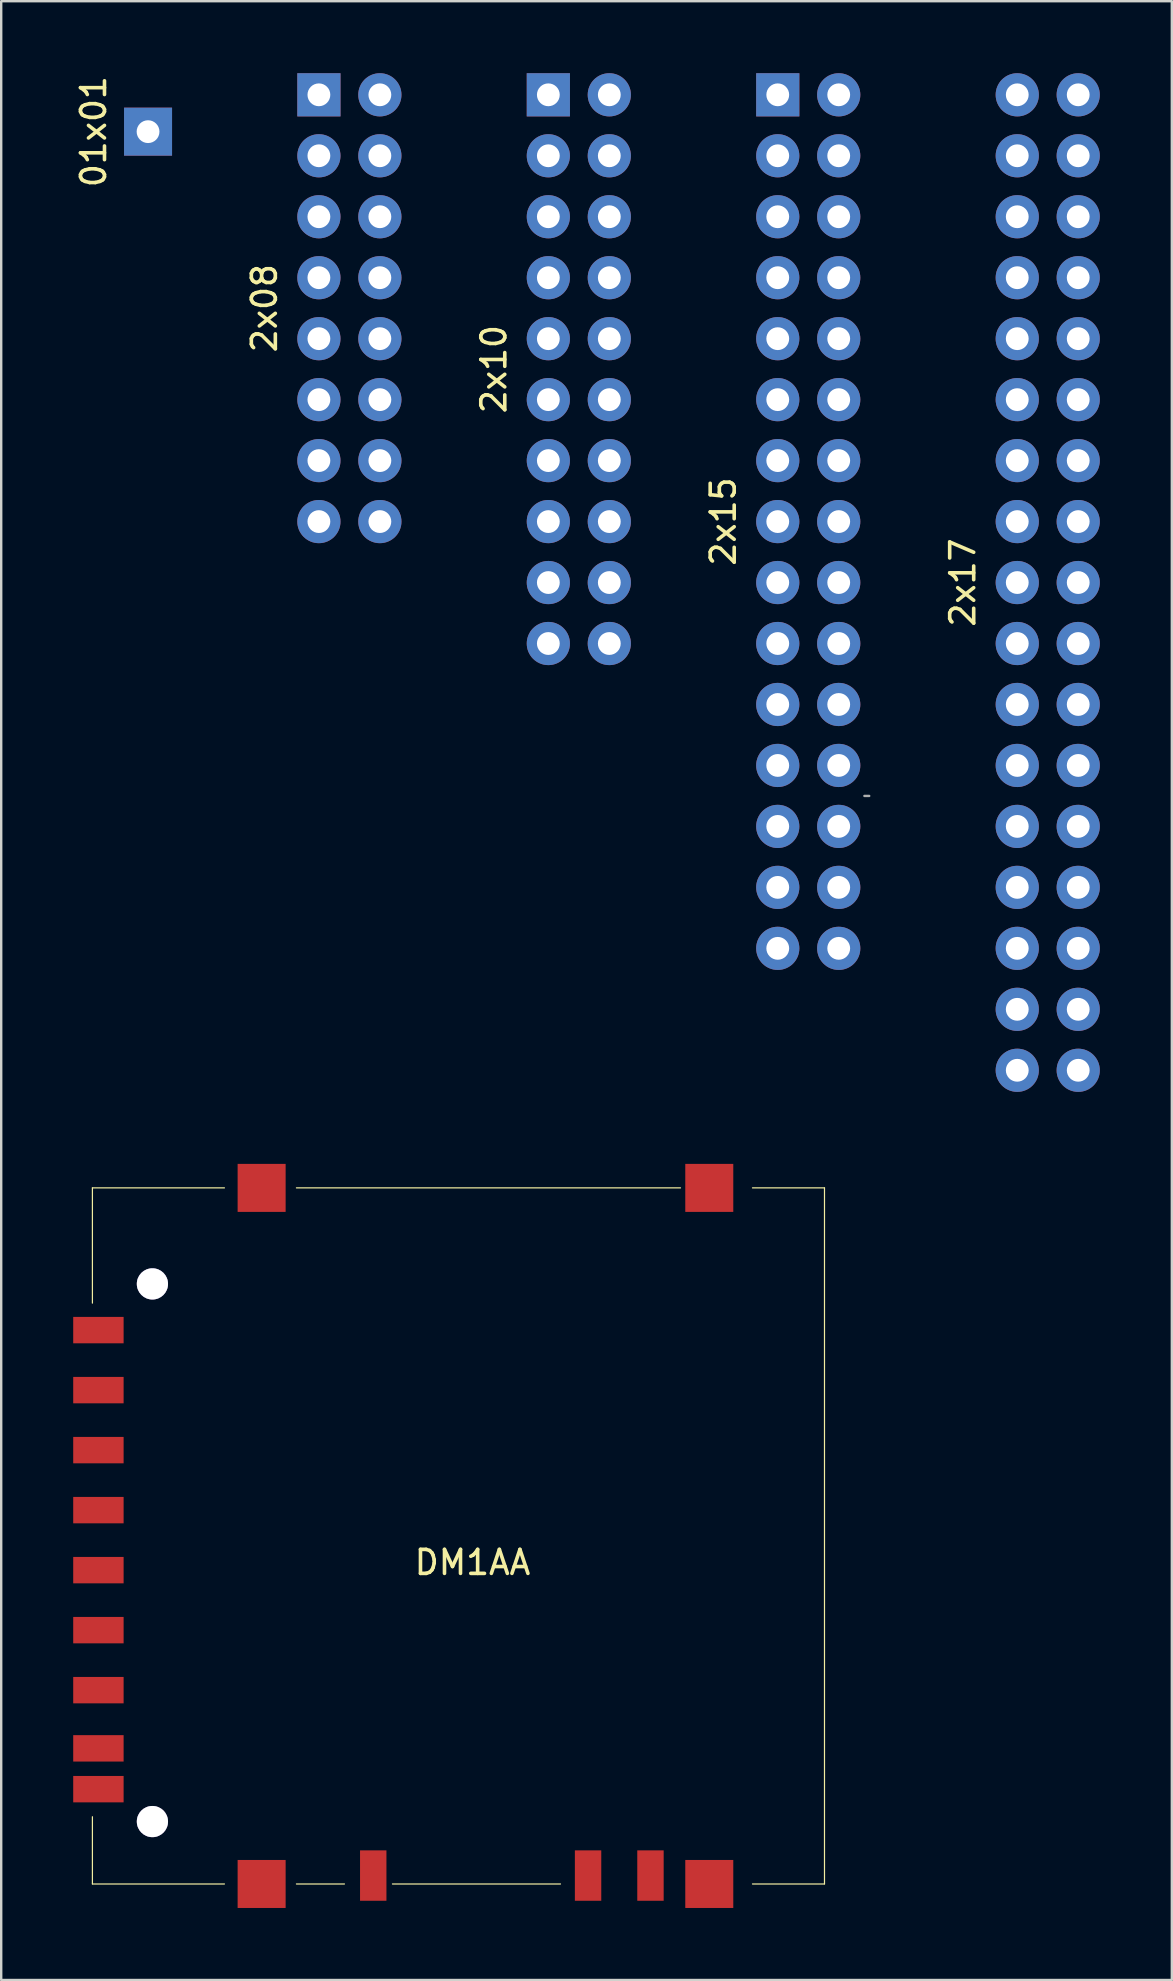
<source format=kicad_pcb>
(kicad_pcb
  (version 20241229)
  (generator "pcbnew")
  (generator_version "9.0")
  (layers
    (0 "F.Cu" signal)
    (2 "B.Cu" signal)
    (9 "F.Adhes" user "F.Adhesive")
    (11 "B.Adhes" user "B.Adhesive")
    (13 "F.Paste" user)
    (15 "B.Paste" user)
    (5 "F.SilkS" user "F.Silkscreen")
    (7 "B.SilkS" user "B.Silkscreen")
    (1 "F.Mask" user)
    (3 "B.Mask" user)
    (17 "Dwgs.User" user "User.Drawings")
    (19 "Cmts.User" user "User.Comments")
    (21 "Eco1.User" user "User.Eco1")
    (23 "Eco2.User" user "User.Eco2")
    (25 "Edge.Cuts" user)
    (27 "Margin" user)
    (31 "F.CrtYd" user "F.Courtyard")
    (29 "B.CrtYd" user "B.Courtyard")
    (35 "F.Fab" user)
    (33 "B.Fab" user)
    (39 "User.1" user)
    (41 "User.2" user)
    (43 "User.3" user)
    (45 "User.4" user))
  (footprint "2x08"
    (layer "F.Cu")
    (at 10.236 0.9)
    (property "Reference" "2x08" (at -2.27 8.89 90) (layer "F.SilkS") (effects (font (size 1 1) (thickness 0.15))))
    (attr through_hole)
    (pad "1" thru_hole rect (at 0 0) (size 1.8 1.8) (drill 0.95) (layers "*.Cu" "*.Mask"))
    (pad "2" thru_hole circle (at 2.54 0) (size 1.8 1.8) (drill 0.95) (layers "*.Cu" "*.Mask"))
    (pad "3" thru_hole circle (at 0 2.54) (size 1.8 1.8) (drill 0.95) (layers "*.Cu" "*.Mask"))
    (pad "4" thru_hole circle (at 2.54 2.54) (size 1.8 1.8) (drill 0.95) (layers "*.Cu" "*.Mask"))
    (pad "5" thru_hole circle (at 0 5.08) (size 1.8 1.8) (drill 0.95) (layers "*.Cu" "*.Mask"))
    (pad "6" thru_hole circle (at 2.54 5.08) (size 1.8 1.8) (drill 0.95) (layers "*.Cu" "*.Mask"))
    (pad "7" thru_hole circle (at 0 7.62) (size 1.8 1.8) (drill 0.95) (layers "*.Cu" "*.Mask"))
    (pad "8" thru_hole circle (at 2.54 7.62) (size 1.8 1.8) (drill 0.95) (layers "*.Cu" "*.Mask"))
    (pad "9" thru_hole circle (at 0 10.16) (size 1.8 1.8) (drill 0.95) (layers "*.Cu" "*.Mask"))
    (pad "10" thru_hole circle (at 2.54 10.16) (size 1.8 1.8) (drill 0.95) (layers "*.Cu" "*.Mask"))
    (pad "11" thru_hole circle (at 0 12.7) (size 1.8 1.8) (drill 0.95) (layers "*.Cu" "*.Mask"))
    (pad "12" thru_hole circle (at 2.54 12.7) (size 1.8 1.8) (drill 0.95) (layers "*.Cu" "*.Mask"))
    (pad "13" thru_hole circle (at 0 15.24) (size 1.8 1.8) (drill 0.95) (layers "*.Cu" "*.Mask"))
    (pad "14" thru_hole circle (at 2.54 15.24) (size 1.8 1.8) (drill 0.95) (layers "*.Cu" "*.Mask"))
    (pad "15" thru_hole circle (at 0 17.78) (size 1.8 1.8) (drill 0.95) (layers "*.Cu" "*.Mask"))
    (pad "16" thru_hole circle (at 2.54 17.78) (size 1.8 1.8) (drill 0.95) (layers "*.Cu" "*.Mask")))
  (footprint "2x15"
    (layer "F.Cu")
    (at 29.353 0.9)
    (property "Reference" "2x15" (at -2.27 17.78 90) (layer "F.SilkS") (effects (font (size 1 1) (thickness 0.15))))
    (attr through_hole)
    (fp_line (start 3.81 29.21) (end 3.61 29.21) (stroke (width 0.1) (type solid)) (layer "F.Fab"))
    (pad "1" thru_hole rect (at 0 0) (size 1.8 1.8) (drill 0.95) (layers "*.Cu" "*.Mask"))
    (pad "2" thru_hole circle (at 2.54 0) (size 1.8 1.8) (drill 0.95) (layers "*.Cu" "*.Mask"))
    (pad "3" thru_hole circle (at 0 2.54) (size 1.8 1.8) (drill 0.95) (layers "*.Cu" "*.Mask"))
    (pad "4" thru_hole circle (at 2.54 2.54) (size 1.8 1.8) (drill 0.95) (layers "*.Cu" "*.Mask"))
    (pad "5" thru_hole circle (at 0 5.08) (size 1.8 1.8) (drill 0.95) (layers "*.Cu" "*.Mask"))
    (pad "6" thru_hole circle (at 2.54 5.08) (size 1.8 1.8) (drill 0.95) (layers "*.Cu" "*.Mask"))
    (pad "7" thru_hole circle (at 0 7.62) (size 1.8 1.8) (drill 0.95) (layers "*.Cu" "*.Mask"))
    (pad "8" thru_hole circle (at 2.54 7.62) (size 1.8 1.8) (drill 0.95) (layers "*.Cu" "*.Mask"))
    (pad "9" thru_hole circle (at 0 10.16) (size 1.8 1.8) (drill 0.95) (layers "*.Cu" "*.Mask"))
    (pad "10" thru_hole circle (at 2.54 10.16) (size 1.8 1.8) (drill 0.95) (layers "*.Cu" "*.Mask"))
    (pad "11" thru_hole circle (at 0 12.7) (size 1.8 1.8) (drill 0.95) (layers "*.Cu" "*.Mask"))
    (pad "12" thru_hole circle (at 2.54 12.7) (size 1.8 1.8) (drill 0.95) (layers "*.Cu" "*.Mask"))
    (pad "13" thru_hole circle (at 0 15.24) (size 1.8 1.8) (drill 0.95) (layers "*.Cu" "*.Mask"))
    (pad "14" thru_hole circle (at 2.54 15.24) (size 1.8 1.8) (drill 0.95) (layers "*.Cu" "*.Mask"))
    (pad "15" thru_hole circle (at 0 17.78) (size 1.8 1.8) (drill 0.95) (layers "*.Cu" "*.Mask"))
    (pad "16" thru_hole circle (at 2.54 17.78) (size 1.8 1.8) (drill 0.95) (layers "*.Cu" "*.Mask"))
    (pad "17" thru_hole circle (at 0 20.32) (size 1.8 1.8) (drill 0.95) (layers "*.Cu" "*.Mask"))
    (pad "18" thru_hole circle (at 2.54 20.32) (size 1.8 1.8) (drill 0.95) (layers "*.Cu" "*.Mask"))
    (pad "19" thru_hole circle (at 0 22.86) (size 1.8 1.8) (drill 0.95) (layers "*.Cu" "*.Mask"))
    (pad "20" thru_hole circle (at 2.54 22.86) (size 1.8 1.8) (drill 0.95) (layers "*.Cu" "*.Mask"))
    (pad "21" thru_hole circle (at 0 25.4) (size 1.8 1.8) (drill 0.95) (layers "*.Cu" "*.Mask"))
    (pad "22" thru_hole circle (at 2.54 25.4) (size 1.8 1.8) (drill 0.95) (layers "*.Cu" "*.Mask"))
    (pad "23" thru_hole circle (at 0 27.94) (size 1.8 1.8) (drill 0.95) (layers "*.Cu" "*.Mask"))
    (pad "24" thru_hole circle (at 2.54 27.94) (size 1.8 1.8) (drill 0.95) (layers "*.Cu" "*.Mask"))
    (pad "25" thru_hole circle (at 0 30.48) (size 1.8 1.8) (drill 0.95) (layers "*.Cu" "*.Mask"))
    (pad "26" thru_hole circle (at 2.54 30.48) (size 1.8 1.8) (drill 0.95) (layers "*.Cu" "*.Mask"))
    (pad "27" thru_hole circle (at 0 33.02) (size 1.8 1.8) (drill 0.95) (layers "*.Cu" "*.Mask"))
    (pad "28" thru_hole circle (at 2.54 33.02) (size 1.8 1.8) (drill 0.95) (layers "*.Cu" "*.Mask"))
    (pad "29" thru_hole circle (at 0 35.56) (size 1.8 1.8) (drill 0.95) (layers "*.Cu" "*.Mask"))
    (pad "30" thru_hole circle (at 2.54 35.56) (size 1.8 1.8) (drill 0.95) (layers "*.Cu" "*.Mask")))
  (footprint "2x10"
    (layer "F.Cu")
    (at 19.795 0.9)
    (property "Reference" "2x10" (at -2.27 11.43 90) (layer "F.SilkS") (effects (font (size 1 1) (thickness 0.15))))
    (attr through_hole)
    (pad "1" thru_hole rect (at 0 0) (size 1.8 1.8) (drill 0.95) (layers "*.Cu" "*.Mask"))
    (pad "2" thru_hole circle (at 2.54 0) (size 1.8 1.8) (drill 0.95) (layers "*.Cu" "*.Mask"))
    (pad "3" thru_hole circle (at 0 2.54) (size 1.8 1.8) (drill 0.95) (layers "*.Cu" "*.Mask"))
    (pad "4" thru_hole circle (at 2.54 2.54) (size 1.8 1.8) (drill 0.95) (layers "*.Cu" "*.Mask"))
    (pad "5" thru_hole circle (at 0 5.08) (size 1.8 1.8) (drill 0.95) (layers "*.Cu" "*.Mask"))
    (pad "6" thru_hole circle (at 2.54 5.08) (size 1.8 1.8) (drill 0.95) (layers "*.Cu" "*.Mask"))
    (pad "7" thru_hole circle (at 0 7.62) (size 1.8 1.8) (drill 0.95) (layers "*.Cu" "*.Mask"))
    (pad "8" thru_hole circle (at 2.54 7.62) (size 1.8 1.8) (drill 0.95) (layers "*.Cu" "*.Mask"))
    (pad "9" thru_hole circle (at 0 10.16) (size 1.8 1.8) (drill 0.95) (layers "*.Cu" "*.Mask"))
    (pad "10" thru_hole circle (at 2.54 10.16) (size 1.8 1.8) (drill 0.95) (layers "*.Cu" "*.Mask"))
    (pad "11" thru_hole circle (at 0 12.7) (size 1.8 1.8) (drill 0.95) (layers "*.Cu" "*.Mask"))
    (pad "12" thru_hole circle (at 2.54 12.7) (size 1.8 1.8) (drill 0.95) (layers "*.Cu" "*.Mask"))
    (pad "13" thru_hole circle (at 0 15.24) (size 1.8 1.8) (drill 0.95) (layers "*.Cu" "*.Mask"))
    (pad "14" thru_hole circle (at 2.54 15.24) (size 1.8 1.8) (drill 0.95) (layers "*.Cu" "*.Mask"))
    (pad "15" thru_hole circle (at 0 17.78) (size 1.8 1.8) (drill 0.95) (layers "*.Cu" "*.Mask"))
    (pad "16" thru_hole circle (at 2.54 17.78) (size 1.8 1.8) (drill 0.95) (layers "*.Cu" "*.Mask"))
    (pad "17" thru_hole circle (at 0 20.32) (size 1.8 1.8) (drill 0.95) (layers "*.Cu" "*.Mask"))
    (pad "18" thru_hole circle (at 2.54 20.32) (size 1.8 1.8) (drill 0.95) (layers "*.Cu" "*.Mask"))
    (pad "19" thru_hole circle (at 0 22.86) (size 1.8 1.8) (drill 0.95) (layers "*.Cu" "*.Mask"))
    (pad "20" thru_hole circle (at 2.54 22.86) (size 1.8 1.8) (drill 0.95) (layers "*.Cu" "*.Mask")))
  (footprint "2x17"
    (layer "F.Cu")
    (at 39.331 0.9)
    (property "Reference" "2x17" (at -2.27 20.32 90) (layer "F.SilkS") (effects (font (size 1 1) (thickness 0.15))))
    (attr through_hole)
    (pad "1" thru_hole circle (at 0 0) (size 1.8 1.8) (drill 0.95) (layers "*.Cu" "*.Mask"))
    (pad "2" thru_hole circle (at 2.54 0) (size 1.8 1.8) (drill 0.95) (layers "*.Cu" "*.Mask"))
    (pad "3" thru_hole circle (at 0 2.54) (size 1.8 1.8) (drill 0.95) (layers "*.Cu" "*.Mask"))
    (pad "4" thru_hole circle (at 2.54 2.54) (size 1.8 1.8) (drill 0.95) (layers "*.Cu" "*.Mask"))
    (pad "5" thru_hole circle (at 0 5.08) (size 1.8 1.8) (drill 0.95) (layers "*.Cu" "*.Mask"))
    (pad "6" thru_hole circle (at 2.54 5.08) (size 1.8 1.8) (drill 0.95) (layers "*.Cu" "*.Mask"))
    (pad "7" thru_hole circle (at 0 7.62) (size 1.8 1.8) (drill 0.95) (layers "*.Cu" "*.Mask"))
    (pad "8" thru_hole circle (at 2.54 7.62) (size 1.8 1.8) (drill 0.95) (layers "*.Cu" "*.Mask"))
    (pad "9" thru_hole circle (at 0 10.16) (size 1.8 1.8) (drill 0.95) (layers "*.Cu" "*.Mask"))
    (pad "10" thru_hole circle (at 2.54 10.16) (size 1.8 1.8) (drill 0.95) (layers "*.Cu" "*.Mask"))
    (pad "11" thru_hole circle (at 0 12.7) (size 1.8 1.8) (drill 0.95) (layers "*.Cu" "*.Mask"))
    (pad "12" thru_hole circle (at 2.54 12.7) (size 1.8 1.8) (drill 0.95) (layers "*.Cu" "*.Mask"))
    (pad "13" thru_hole circle (at 0 15.24) (size 1.8 1.8) (drill 0.95) (layers "*.Cu" "*.Mask"))
    (pad "14" thru_hole circle (at 2.54 15.24) (size 1.8 1.8) (drill 0.95) (layers "*.Cu" "*.Mask"))
    (pad "15" thru_hole circle (at 0 17.78) (size 1.8 1.8) (drill 0.95) (layers "*.Cu" "*.Mask"))
    (pad "16" thru_hole circle (at 2.54 17.78) (size 1.8 1.8) (drill 0.95) (layers "*.Cu" "*.Mask"))
    (pad "17" thru_hole circle (at 0 20.32) (size 1.8 1.8) (drill 0.95) (layers "*.Cu" "*.Mask"))
    (pad "18" thru_hole circle (at 2.54 20.32) (size 1.8 1.8) (drill 0.95) (layers "*.Cu" "*.Mask"))
    (pad "19" thru_hole circle (at 0 22.86) (size 1.8 1.8) (drill 0.95) (layers "*.Cu" "*.Mask"))
    (pad "20" thru_hole circle (at 2.54 22.86) (size 1.8 1.8) (drill 0.95) (layers "*.Cu" "*.Mask"))
    (pad "21" thru_hole circle (at 0 25.4) (size 1.8 1.8) (drill 0.95) (layers "*.Cu" "*.Mask"))
    (pad "22" thru_hole circle (at 2.54 25.4) (size 1.8 1.8) (drill 0.95) (layers "*.Cu" "*.Mask"))
    (pad "23" thru_hole circle (at 0 27.94) (size 1.8 1.8) (drill 0.95) (layers "*.Cu" "*.Mask"))
    (pad "24" thru_hole circle (at 2.54 27.94) (size 1.8 1.8) (drill 0.95) (layers "*.Cu" "*.Mask"))
    (pad "25" thru_hole circle (at 0 30.48) (size 1.8 1.8) (drill 0.95) (layers "*.Cu" "*.Mask"))
    (pad "26" thru_hole circle (at 2.54 30.48) (size 1.8 1.8) (drill 0.95) (layers "*.Cu" "*.Mask"))
    (pad "27" thru_hole circle (at 0 33.02) (size 1.8 1.8) (drill 0.95) (layers "*.Cu" "*.Mask"))
    (pad "28" thru_hole circle (at 2.54 33.02) (size 1.8 1.8) (drill 0.95) (layers "*.Cu" "*.Mask"))
    (pad "29" thru_hole circle (at 0 35.56) (size 1.8 1.8) (drill 0.95) (layers "*.Cu" "*.Mask"))
    (pad "30" thru_hole circle (at 2.54 35.56) (size 1.8 1.8) (drill 0.95) (layers "*.Cu" "*.Mask"))
    (pad "31" thru_hole circle (at 0 38.1) (size 1.8 1.8) (drill 0.95) (layers "*.Cu" "*.Mask"))
    (pad "32" thru_hole circle (at 2.54 38.1) (size 1.8 1.8) (drill 0.95) (layers "*.Cu" "*.Mask"))
    (pad "33" thru_hole circle (at 0 40.64) (size 1.8 1.8) (drill 0.95) (layers "*.Cu" "*.Mask"))
    (pad "34" thru_hole circle (at 2.54 40.64) (size 1.8 1.8) (drill 0.95) (layers "*.Cu" "*.Mask")))
  (footprint "DM1AA"
    (layer "F.Cu")
    (at 3.3 72.84)
    (property "Reference" "DM1AA" (at 13.335 -10.795 0) (layer "F.SilkS") (effects (font (size 1 1) (thickness 0.15))))
    (attr through_hole)
    (fp_line (start -2.5 -26.4) (end -2.5 -21.6) (stroke (width 0.05) (type solid)) (layer "F.SilkS"))
    (fp_line (start -2.5 -26.4) (end 3 -26.4) (stroke (width 0.05) (type solid)) (layer "F.SilkS"))
    (fp_line (start -2.5 2.6) (end -2.5 -0.2) (stroke (width 0.05) (type solid)) (layer "F.SilkS"))
    (fp_line (start 3 2.6) (end -2.5 2.6) (stroke (width 0.05) (type solid)) (layer "F.SilkS"))
    (fp_line (start 8 2.6) (end 6 2.6) (stroke (width 0.05) (type solid)) (layer "F.SilkS"))
    (fp_line (start 17 2.6) (end 10 2.6) (stroke (width 0.05) (type solid)) (layer "F.SilkS"))
    (fp_line (start 22 -26.4) (end 6 -26.4) (stroke (width 0.05) (type solid)) (layer "F.SilkS"))
    (fp_line (start 25 -26.4) (end 28 -26.4) (stroke (width 0.05) (type solid)) (layer "F.SilkS"))
    (fp_line (start 25 2.6) (end 28 2.6) (stroke (width 0.05) (type solid)) (layer "F.SilkS"))
    (fp_line (start 28 -26.4) (end 28 2.6) (stroke (width 0.05) (type solid)) (layer "F.SilkS"))
    (pad "" thru_hole circle (at 0 -22.4) (size 1.3 1.3) (drill 1.3) (layers "*.Cu" "*.Mask"))
    (pad "" thru_hole circle (at 0 0) (size 1.3 1.3) (drill 1.3) (layers "*.Cu" "*.Mask"))
    (pad "" smd rect (at 4.55 -26.4) (size 2 2) (layers "F.Cu" "F.Mask" "F.Paste"))
    (pad "" smd rect (at 4.55 2.6) (size 2 2) (layers "F.Cu" "F.Mask" "F.Paste"))
    (pad "" smd rect (at 23.2 -26.4) (size 2 2) (layers "F.Cu" "F.Mask" "F.Paste"))
    (pad "" smd rect (at 23.2 2.6) (size 2 2) (layers "F.Cu" "F.Mask" "F.Paste"))
    (pad "1" smd rect (at -2.25 -17.975) (size 2.1 1.1) (layers "F.Cu" "F.Mask" "F.Paste"))
    (pad "2" smd rect (at -2.25 -15.475) (size 2.1 1.1) (layers "F.Cu" "F.Mask" "F.Paste"))
    (pad "3" smd rect (at -2.25 -12.975) (size 2.1 1.1) (layers "F.Cu" "F.Mask" "F.Paste"))
    (pad "4" smd rect (at -2.25 -10.475) (size 2.1 1.1) (layers "F.Cu" "F.Mask" "F.Paste"))
    (pad "5" smd rect (at -2.25 -7.975) (size 2.1 1.1) (layers "F.Cu" "F.Mask" "F.Paste"))
    (pad "6" smd rect (at -2.25 -5.475) (size 2.1 1.1) (layers "F.Cu" "F.Mask" "F.Paste"))
    (pad "7" smd rect (at -2.25 -3.05) (size 2.1 1.1) (layers "F.Cu" "F.Mask" "F.Paste"))
    (pad "8" smd rect (at -2.25 -1.35) (size 2.1 1.1) (layers "F.Cu" "F.Mask" "F.Paste"))
    (pad "9" smd rect (at -2.25 -20.475) (size 2.1 1.1) (layers "F.Cu" "F.Mask" "F.Paste"))
    (pad "10" smd rect (at 9.2 2.25 90) (size 2.1 1.1) (layers "F.Cu" "F.Mask" "F.Paste"))
    (pad "11" smd rect (at 18.15 2.25 90) (size 2.1 1.1) (layers "F.Cu" "F.Mask" "F.Paste"))
    (pad "12" smd rect (at 20.75 2.25 90) (size 2.1 1.1) (layers "F.Cu" "F.Mask" "F.Paste")))
  (footprint "01x01"
    (layer "F.Cu")
    (at 3.118 2.435)
    (property "Reference" "01x01" (at -2.27 0 90) (layer "F.SilkS") (effects (font (size 1 1) (thickness 0.15))))
    (attr through_hole)
    (pad "1" thru_hole rect (at 0 0) (size 2 2) (drill 0.95) (layers "*.Cu" "*.Mask")))
  (gr_rect
    (start -3 -3)
    (end 45.771 79.44)
    (stroke (width 0.1) (type default))
    (fill no)
    (layer "Edge.Cuts")))
</source>
